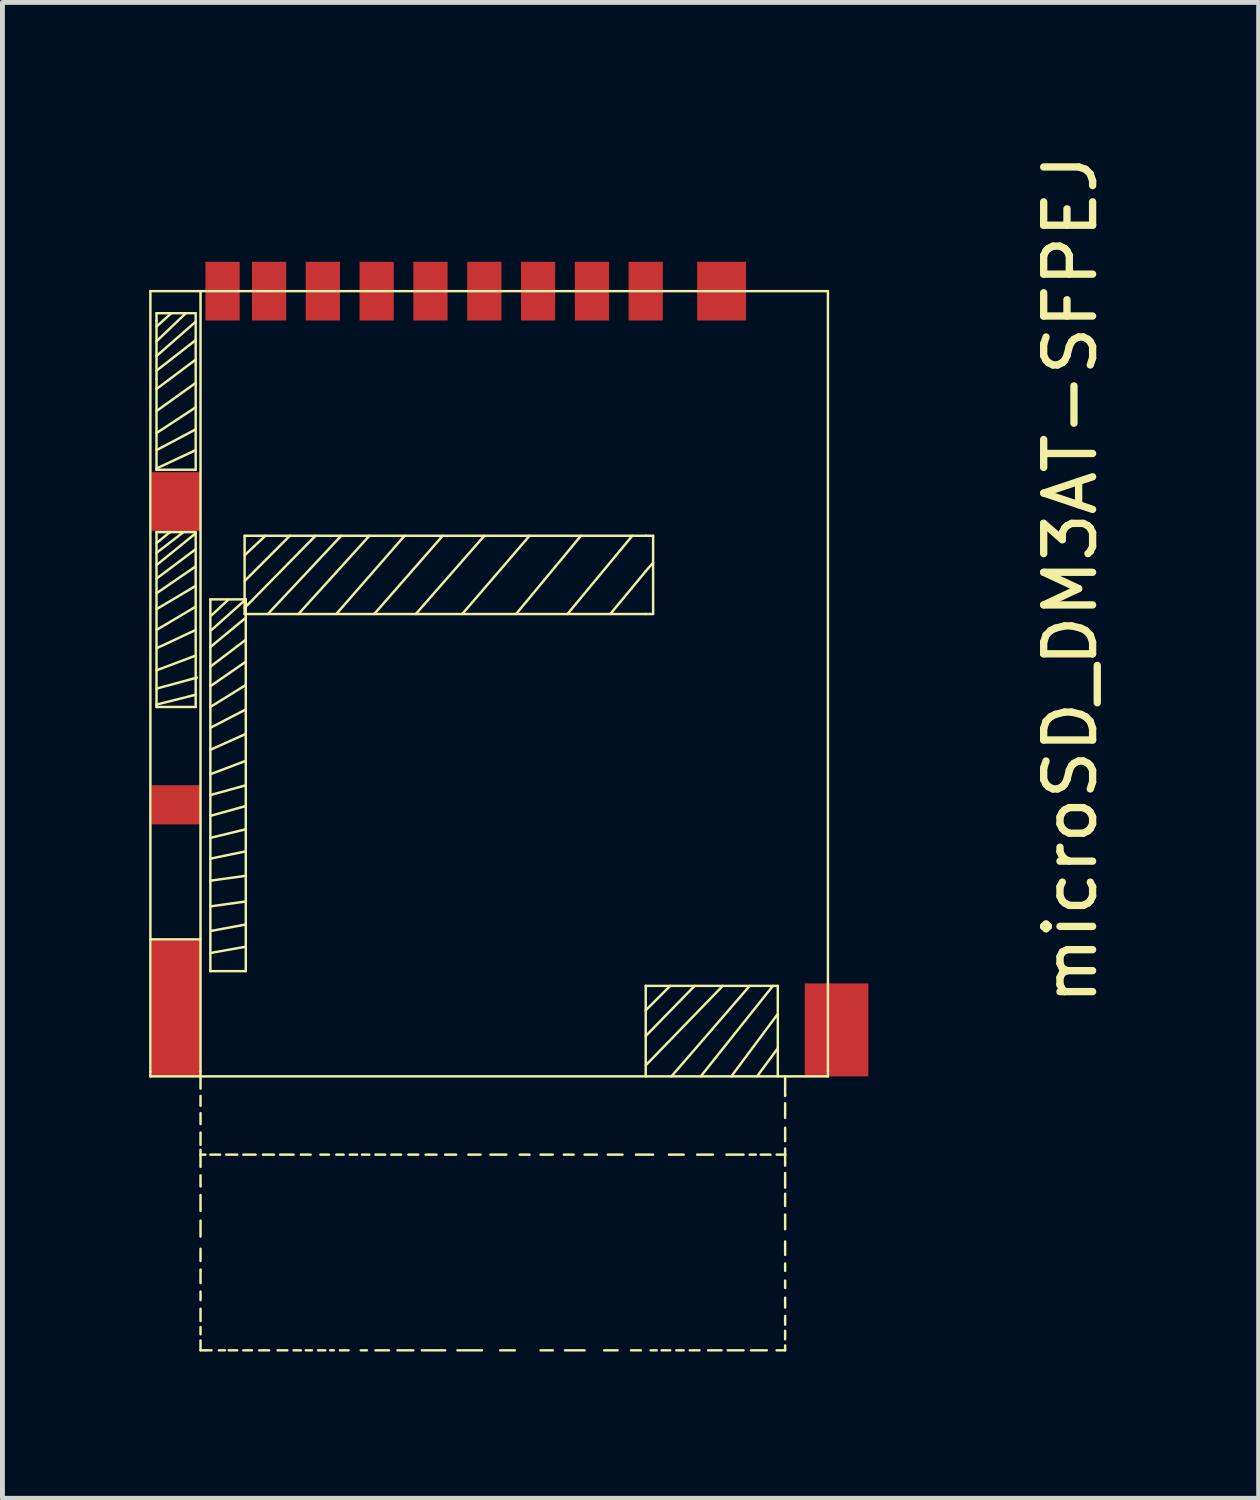
<source format=kicad_pcb>
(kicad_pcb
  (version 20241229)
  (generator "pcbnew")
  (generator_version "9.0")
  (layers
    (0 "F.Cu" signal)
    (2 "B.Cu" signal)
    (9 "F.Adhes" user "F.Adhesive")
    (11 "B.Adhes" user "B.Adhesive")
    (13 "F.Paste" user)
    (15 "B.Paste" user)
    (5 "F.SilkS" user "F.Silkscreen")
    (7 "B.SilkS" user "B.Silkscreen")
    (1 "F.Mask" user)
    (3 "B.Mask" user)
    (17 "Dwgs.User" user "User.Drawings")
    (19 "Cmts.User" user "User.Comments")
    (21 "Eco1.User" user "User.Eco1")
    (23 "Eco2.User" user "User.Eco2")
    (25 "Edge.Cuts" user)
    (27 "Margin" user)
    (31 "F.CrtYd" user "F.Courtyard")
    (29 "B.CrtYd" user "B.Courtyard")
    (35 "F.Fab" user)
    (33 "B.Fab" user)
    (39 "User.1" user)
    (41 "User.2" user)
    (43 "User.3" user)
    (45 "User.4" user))
  (footprint "microSD_DM3AT-SFPEJ"
    (layer "F.Cu")
    (at 1.494 2.886)
    (property "Reference" "microSD_DM3AT-SFPEJ" (at 17.335 5.905 90) (layer "F.SilkS") (effects (font (size 1 1) (thickness 0.15))))
    (attr through_hole)
    (fp_line (start -1.47 0.015) (end 12.38 0.015) (stroke (width 0.05) (type solid)) (layer "F.SilkS"))
    (fp_line (start -1.47 15.966) (end -1.47 0.015) (stroke (width 0.05) (type solid)) (layer "F.SilkS"))
    (fp_line (start -1.47 15.966) (end -1.47 16.066) (stroke (width 0.05) (type solid)) (layer "F.SilkS"))
    (fp_line (start -1.345 0.616) (end -1.345 0.466) (stroke (width 0.05) (type solid)) (layer "F.SilkS"))
    (fp_line (start -1.345 0.616) (end -1.345 1.815) (stroke (width 0.05) (type solid)) (layer "F.SilkS"))
    (fp_line (start -1.345 0.741) (end -1.044 0.466) (stroke (width 0.05) (type solid)) (layer "F.SilkS"))
    (fp_line (start -1.345 1.04) (end -0.745 0.466) (stroke (width 0.05) (type solid)) (layer "F.SilkS"))
    (fp_line (start -1.345 1.341) (end -0.544 0.64) (stroke (width 0.05) (type solid)) (layer "F.SilkS"))
    (fp_line (start -1.345 1.641) (end -0.544 1.016) (stroke (width 0.05) (type solid)) (layer "F.SilkS"))
    (fp_line (start -1.345 1.815) (end -1.345 3.666) (stroke (width 0.05) (type solid)) (layer "F.SilkS"))
    (fp_line (start -1.345 2.015) (end -0.544 1.415) (stroke (width 0.05) (type solid)) (layer "F.SilkS"))
    (fp_line (start -1.345 2.466) (end -0.544 1.891) (stroke (width 0.05) (type solid)) (layer "F.SilkS"))
    (fp_line (start -1.345 2.916) (end -0.544 2.39) (stroke (width 0.05) (type solid)) (layer "F.SilkS"))
    (fp_line (start -1.345 3.265) (end -0.544 2.841) (stroke (width 0.05) (type solid)) (layer "F.SilkS"))
    (fp_line (start -1.345 3.64) (end -0.544 3.265) (stroke (width 0.05) (type solid)) (layer "F.SilkS"))
    (fp_line (start -1.345 4.941) (end -1.345 8.515) (stroke (width 0.05) (type solid)) (layer "F.SilkS"))
    (fp_line (start -1.345 5.891) (end -0.544 5.29) (stroke (width 0.05) (type solid)) (layer "F.SilkS"))
    (fp_line (start -1.345 6.191) (end -0.544 5.641) (stroke (width 0.05) (type solid)) (layer "F.SilkS"))
    (fp_line (start -1.345 6.516) (end -0.544 6.04) (stroke (width 0.05) (type solid)) (layer "F.SilkS"))
    (fp_line (start -1.345 6.941) (end -0.544 6.465) (stroke (width 0.05) (type solid)) (layer "F.SilkS"))
    (fp_line (start -1.345 7.316) (end -0.544 6.941) (stroke (width 0.05) (type solid)) (layer "F.SilkS"))
    (fp_line (start -1.345 7.766) (end -0.544 7.465) (stroke (width 0.05) (type solid)) (layer "F.SilkS"))
    (fp_line (start -1.345 8.14) (end -0.519 7.915) (stroke (width 0.05) (type solid)) (layer "F.SilkS"))
    (fp_line (start -1.345 8.466) (end -0.544 8.265) (stroke (width 0.05) (type solid)) (layer "F.SilkS"))
    (fp_line (start -1.345 8.515) (end -0.544 8.515) (stroke (width 0.05) (type solid)) (layer "F.SilkS"))
    (fp_line (start -1.069 4.941) (end -1.345 5.165) (stroke (width 0.05) (type solid)) (layer "F.SilkS"))
    (fp_line (start -0.794 4.941) (end -1.345 5.365) (stroke (width 0.05) (type solid)) (layer "F.SilkS"))
    (fp_line (start -0.544 0.466) (end -1.345 0.466) (stroke (width 0.05) (type solid)) (layer "F.SilkS"))
    (fp_line (start -0.544 0.466) (end -0.544 3.666) (stroke (width 0.05) (type solid)) (layer "F.SilkS"))
    (fp_line (start -0.544 3.666) (end -1.345 3.666) (stroke (width 0.05) (type solid)) (layer "F.SilkS"))
    (fp_line (start -0.544 4.941) (end -1.345 4.941) (stroke (width 0.05) (type solid)) (layer "F.SilkS"))
    (fp_line (start -0.544 4.965) (end -1.345 5.615) (stroke (width 0.05) (type solid)) (layer "F.SilkS"))
    (fp_line (start -0.544 8.515) (end -0.544 4.941) (stroke (width 0.05) (type solid)) (layer "F.SilkS"))
    (fp_line (start -0.445 13.265) (end -1.47 13.265) (stroke (width 0.05) (type solid)) (layer "F.SilkS"))
    (fp_line (start -0.445 15.966) (end -0.445 0.015) (stroke (width 0.05) (type solid)) (layer "F.SilkS"))
    (fp_line (start -0.445 15.966) (end -0.445 16.066) (stroke (width 0.05) (type solid)) (layer "F.SilkS"))
    (fp_line (start -0.445 16.066) (end -0.445 16.316) (stroke (width 0.05) (type solid)) (layer "F.SilkS"))
    (fp_line (start -0.445 16.465) (end -0.445 16.666) (stroke (width 0.05) (type solid)) (layer "F.SilkS"))
    (fp_line (start -0.445 16.816) (end -0.445 17.041) (stroke (width 0.05) (type solid)) (layer "F.SilkS"))
    (fp_line (start -0.445 17.215) (end -0.445 17.465) (stroke (width 0.05) (type solid)) (layer "F.SilkS"))
    (fp_line (start -0.445 17.566) (end -0.445 17.666) (stroke (width 0.05) (type solid)) (layer "F.SilkS"))
    (fp_line (start -0.445 17.666) (end -0.344 17.666) (stroke (width 0.05) (type solid)) (layer "F.SilkS"))
    (fp_line (start -0.445 17.916) (end -0.445 17.691) (stroke (width 0.05) (type solid)) (layer "F.SilkS"))
    (fp_line (start -0.445 18.316) (end -0.445 18.09) (stroke (width 0.05) (type solid)) (layer "F.SilkS"))
    (fp_line (start -0.445 18.816) (end -0.445 18.491) (stroke (width 0.05) (type solid)) (layer "F.SilkS"))
    (fp_line (start -0.445 19.34) (end -0.445 19.015) (stroke (width 0.05) (type solid)) (layer "F.SilkS"))
    (fp_line (start -0.445 19.84) (end -0.445 19.59) (stroke (width 0.05) (type solid)) (layer "F.SilkS"))
    (fp_line (start -0.445 20.291) (end -0.445 20.015) (stroke (width 0.05) (type solid)) (layer "F.SilkS"))
    (fp_line (start -0.445 20.64) (end -0.445 20.465) (stroke (width 0.05) (type solid)) (layer "F.SilkS"))
    (fp_line (start -0.445 21.066) (end -0.445 20.816) (stroke (width 0.05) (type solid)) (layer "F.SilkS"))
    (fp_line (start -0.445 21.34) (end -0.445 21.191) (stroke (width 0.05) (type solid)) (layer "F.SilkS"))
    (fp_line (start -0.445 21.666) (end -0.445 21.465) (stroke (width 0.05) (type solid)) (layer "F.SilkS"))
    (fp_line (start -0.445 21.666) (end -0.344 21.666) (stroke (width 0.05) (type solid)) (layer "F.SilkS"))
    (fp_line (start -0.344 21.666) (end -0.22 21.666) (stroke (width 0.05) (type solid)) (layer "F.SilkS"))
    (fp_line (start -0.244 6.316) (end -0.244 13.915) (stroke (width 0.05) (type solid)) (layer "F.SilkS"))
    (fp_line (start -0.244 6.316) (end 0.48 6.316) (stroke (width 0.05) (type solid)) (layer "F.SilkS"))
    (fp_line (start -0.244 7.29) (end 0.48 6.691) (stroke (width 0.05) (type solid)) (layer "F.SilkS"))
    (fp_line (start -0.244 7.691) (end 0.48 7.141) (stroke (width 0.05) (type solid)) (layer "F.SilkS"))
    (fp_line (start -0.244 8.091) (end 0.48 7.59) (stroke (width 0.05) (type solid)) (layer "F.SilkS"))
    (fp_line (start -0.244 8.515) (end 0.48 8.066) (stroke (width 0.05) (type solid)) (layer "F.SilkS"))
    (fp_line (start -0.244 8.941) (end 0.48 8.566) (stroke (width 0.05) (type solid)) (layer "F.SilkS"))
    (fp_line (start -0.244 9.39) (end 0.48 9.066) (stroke (width 0.05) (type solid)) (layer "F.SilkS"))
    (fp_line (start -0.244 9.89) (end 0.48 9.616) (stroke (width 0.05) (type solid)) (layer "F.SilkS"))
    (fp_line (start -0.244 10.316) (end 0.48 10.116) (stroke (width 0.05) (type solid)) (layer "F.SilkS"))
    (fp_line (start -0.244 10.741) (end 0.48 10.54) (stroke (width 0.05) (type solid)) (layer "F.SilkS"))
    (fp_line (start -0.244 11.191) (end 0.48 11.015) (stroke (width 0.05) (type solid)) (layer "F.SilkS"))
    (fp_line (start -0.244 11.616) (end 0.48 11.466) (stroke (width 0.05) (type solid)) (layer "F.SilkS"))
    (fp_line (start -0.244 12.066) (end 0.48 11.966) (stroke (width 0.05) (type solid)) (layer "F.SilkS"))
    (fp_line (start -0.244 12.591) (end 0.48 12.491) (stroke (width 0.05) (type solid)) (layer "F.SilkS"))
    (fp_line (start -0.244 13.915) (end 0.48 13.915) (stroke (width 0.05) (type solid)) (layer "F.SilkS"))
    (fp_line (start -0.244 17.666) (end -0.044 17.666) (stroke (width 0.05) (type solid)) (layer "F.SilkS"))
    (fp_line (start -0.22 6.641) (end 0.131 6.316) (stroke (width 0.05) (type solid)) (layer "F.SilkS"))
    (fp_line (start -0.22 6.941) (end 0.48 6.316) (stroke (width 0.05) (type solid)) (layer "F.SilkS"))
    (fp_line (start -0.22 13.091) (end 0.456 12.966) (stroke (width 0.05) (type solid)) (layer "F.SilkS"))
    (fp_line (start -0.22 13.54) (end 0.48 13.415) (stroke (width 0.05) (type solid)) (layer "F.SilkS"))
    (fp_line (start -0.07 21.666) (end 0.056 21.666) (stroke (width 0.05) (type solid)) (layer "F.SilkS"))
    (fp_line (start 0.081 17.666) (end 0.305 17.666) (stroke (width 0.05) (type solid)) (layer "F.SilkS"))
    (fp_line (start 0.131 21.666) (end 0.305 21.666) (stroke (width 0.05) (type solid)) (layer "F.SilkS"))
    (fp_line (start 0.43 17.666) (end 0.68 17.666) (stroke (width 0.05) (type solid)) (layer "F.SilkS"))
    (fp_line (start 0.43 21.666) (end 0.606 21.666) (stroke (width 0.05) (type solid)) (layer "F.SilkS"))
    (fp_line (start 0.456 5.415) (end 0.88 5.016) (stroke (width 0.05) (type solid)) (layer "F.SilkS"))
    (fp_line (start 0.456 5.941) (end 1.381 5.016) (stroke (width 0.05) (type solid)) (layer "F.SilkS"))
    (fp_line (start 0.456 6.49) (end 1.905 5.016) (stroke (width 0.05) (type solid)) (layer "F.SilkS"))
    (fp_line (start 0.456 6.615) (end 0.456 5.016) (stroke (width 0.05) (type solid)) (layer "F.SilkS"))
    (fp_line (start 0.48 13.915) (end 0.48 6.316) (stroke (width 0.05) (type solid)) (layer "F.SilkS"))
    (fp_line (start 0.755 21.666) (end 0.956 21.666) (stroke (width 0.05) (type solid)) (layer "F.SilkS"))
    (fp_line (start 0.831 17.666) (end 1.056 17.666) (stroke (width 0.05) (type solid)) (layer "F.SilkS"))
    (fp_line (start 0.93 6.615) (end 2.43 5.016) (stroke (width 0.05) (type solid)) (layer "F.SilkS"))
    (fp_line (start 1.131 21.666) (end 1.331 21.666) (stroke (width 0.05) (type solid)) (layer "F.SilkS"))
    (fp_line (start 1.181 17.666) (end 1.456 17.666) (stroke (width 0.05) (type solid)) (layer "F.SilkS"))
    (fp_line (start 1.456 21.666) (end 1.605 21.666) (stroke (width 0.05) (type solid)) (layer "F.SilkS"))
    (fp_line (start 1.556 6.615) (end 3.006 5.016) (stroke (width 0.05) (type solid)) (layer "F.SilkS"))
    (fp_line (start 1.605 17.666) (end 1.806 17.666) (stroke (width 0.05) (type solid)) (layer "F.SilkS"))
    (fp_line (start 1.706 21.666) (end 1.831 21.666) (stroke (width 0.05) (type solid)) (layer "F.SilkS"))
    (fp_line (start 1.956 21.666) (end 2.106 21.666) (stroke (width 0.05) (type solid)) (layer "F.SilkS"))
    (fp_line (start 2.006 17.666) (end 2.18 17.666) (stroke (width 0.05) (type solid)) (layer "F.SilkS"))
    (fp_line (start 2.205 21.666) (end 2.28 21.666) (stroke (width 0.05) (type solid)) (layer "F.SilkS"))
    (fp_line (start 2.33 6.615) (end 3.705 5.04) (stroke (width 0.05) (type solid)) (layer "F.SilkS"))
    (fp_line (start 2.33 17.666) (end 2.481 17.666) (stroke (width 0.05) (type solid)) (layer "F.SilkS"))
    (fp_line (start 2.405 21.666) (end 2.58 21.666) (stroke (width 0.05) (type solid)) (layer "F.SilkS"))
    (fp_line (start 2.606 17.666) (end 2.756 17.666) (stroke (width 0.05) (type solid)) (layer "F.SilkS"))
    (fp_line (start 2.83 21.666) (end 2.955 21.666) (stroke (width 0.05) (type solid)) (layer "F.SilkS"))
    (fp_line (start 2.856 17.666) (end 3.006 17.666) (stroke (width 0.05) (type solid)) (layer "F.SilkS"))
    (fp_line (start 3.106 6.615) (end 4.505 5.016) (stroke (width 0.05) (type solid)) (layer "F.SilkS"))
    (fp_line (start 3.131 17.666) (end 3.33 17.666) (stroke (width 0.05) (type solid)) (layer "F.SilkS"))
    (fp_line (start 3.131 21.666) (end 3.405 21.666) (stroke (width 0.05) (type solid)) (layer "F.SilkS"))
    (fp_line (start 3.455 17.666) (end 3.655 17.666) (stroke (width 0.05) (type solid)) (layer "F.SilkS"))
    (fp_line (start 3.58 21.666) (end 3.905 21.666) (stroke (width 0.05) (type solid)) (layer "F.SilkS"))
    (fp_line (start 3.705 5.04) (end 3.731 5.016) (stroke (width 0.05) (type solid)) (layer "F.SilkS"))
    (fp_line (start 3.805 17.666) (end 4.005 17.666) (stroke (width 0.05) (type solid)) (layer "F.SilkS"))
    (fp_line (start 3.955 6.615) (end 5.356 5.016) (stroke (width 0.05) (type solid)) (layer "F.SilkS"))
    (fp_line (start 4.08 21.666) (end 4.556 21.666) (stroke (width 0.05) (type solid)) (layer "F.SilkS"))
    (fp_line (start 4.155 17.666) (end 4.38 17.666) (stroke (width 0.05) (type solid)) (layer "F.SilkS"))
    (fp_line (start 4.556 17.666) (end 4.78 17.666) (stroke (width 0.05) (type solid)) (layer "F.SilkS"))
    (fp_line (start 4.806 21.666) (end 5.306 21.666) (stroke (width 0.05) (type solid)) (layer "F.SilkS"))
    (fp_line (start 4.905 6.615) (end 6.28 5.016) (stroke (width 0.05) (type solid)) (layer "F.SilkS"))
    (fp_line (start 5.03 17.666) (end 5.28 17.666) (stroke (width 0.05) (type solid)) (layer "F.SilkS"))
    (fp_line (start 5.481 17.666) (end 5.806 17.666) (stroke (width 0.05) (type solid)) (layer "F.SilkS"))
    (fp_line (start 5.681 21.666) (end 5.981 21.666) (stroke (width 0.05) (type solid)) (layer "F.SilkS"))
    (fp_line (start 6.005 6.615) (end 7.33 5.016) (stroke (width 0.05) (type solid)) (layer "F.SilkS"))
    (fp_line (start 6.08 17.666) (end 6.28 17.666) (stroke (width 0.05) (type solid)) (layer "F.SilkS"))
    (fp_line (start 6.505 17.666) (end 6.755 17.666) (stroke (width 0.05) (type solid)) (layer "F.SilkS"))
    (fp_line (start 6.505 21.666) (end 6.755 21.666) (stroke (width 0.05) (type solid)) (layer "F.SilkS"))
    (fp_line (start 6.981 17.666) (end 7.181 17.666) (stroke (width 0.05) (type solid)) (layer "F.SilkS"))
    (fp_line (start 7.005 21.666) (end 7.405 21.666) (stroke (width 0.05) (type solid)) (layer "F.SilkS"))
    (fp_line (start 7.056 6.615) (end 8.38 5.016) (stroke (width 0.05) (type solid)) (layer "F.SilkS"))
    (fp_line (start 7.405 17.666) (end 7.655 17.666) (stroke (width 0.05) (type solid)) (layer "F.SilkS"))
    (fp_line (start 7.806 21.666) (end 8.081 21.666) (stroke (width 0.05) (type solid)) (layer "F.SilkS"))
    (fp_line (start 7.88 17.666) (end 8.181 17.666) (stroke (width 0.05) (type solid)) (layer "F.SilkS"))
    (fp_line (start 7.931 6.615) (end 8.655 5.74) (stroke (width 0.05) (type solid)) (layer "F.SilkS"))
    (fp_line (start 8.355 21.666) (end 8.556 21.666) (stroke (width 0.05) (type solid)) (layer "F.SilkS"))
    (fp_line (start 8.456 17.666) (end 8.806 17.666) (stroke (width 0.05) (type solid)) (layer "F.SilkS"))
    (fp_line (start 8.655 5.016) (end 0.456 5.016) (stroke (width 0.05) (type solid)) (layer "F.SilkS"))
    (fp_line (start 8.655 5.016) (end 8.806 5.016) (stroke (width 0.05) (type solid)) (layer "F.SilkS"))
    (fp_line (start 8.655 5.74) (end 8.806 5.566) (stroke (width 0.05) (type solid)) (layer "F.SilkS"))
    (fp_line (start 8.655 6.615) (end 0.456 6.615) (stroke (width 0.05) (type solid)) (layer "F.SilkS"))
    (fp_line (start 8.655 14.216) (end 8.655 16.066) (stroke (width 0.05) (type solid)) (layer "F.SilkS"))
    (fp_line (start 8.655 14.216) (end 11.355 14.216) (stroke (width 0.05) (type solid)) (layer "F.SilkS"))
    (fp_line (start 8.655 15.241) (end 9.655 14.216) (stroke (width 0.05) (type solid)) (layer "F.SilkS"))
    (fp_line (start 8.755 21.666) (end 8.88 21.666) (stroke (width 0.05) (type solid)) (layer "F.SilkS"))
    (fp_line (start 8.806 5.016) (end 8.806 6.615) (stroke (width 0.05) (type solid)) (layer "F.SilkS"))
    (fp_line (start 8.806 6.615) (end 8.655 6.615) (stroke (width 0.05) (type solid)) (layer "F.SilkS"))
    (fp_line (start 8.98 21.666) (end 9.155 21.666) (stroke (width 0.05) (type solid)) (layer "F.SilkS"))
    (fp_line (start 9.13 17.666) (end 9.431 17.666) (stroke (width 0.05) (type solid)) (layer "F.SilkS"))
    (fp_line (start 9.155 14.216) (end 8.655 14.716) (stroke (width 0.05) (type solid)) (layer "F.SilkS"))
    (fp_line (start 9.181 16.066) (end 10.78 14.216) (stroke (width 0.05) (type solid)) (layer "F.SilkS"))
    (fp_line (start 9.28 21.666) (end 9.431 21.666) (stroke (width 0.05) (type solid)) (layer "F.SilkS"))
    (fp_line (start 9.556 21.666) (end 9.755 21.666) (stroke (width 0.05) (type solid)) (layer "F.SilkS"))
    (fp_line (start 9.706 17.666) (end 10.03 17.666) (stroke (width 0.05) (type solid)) (layer "F.SilkS"))
    (fp_line (start 9.931 21.666) (end 10.206 21.666) (stroke (width 0.05) (type solid)) (layer "F.SilkS"))
    (fp_line (start 10.23 14.216) (end 8.655 15.841) (stroke (width 0.05) (type solid)) (layer "F.SilkS"))
    (fp_line (start 10.306 17.666) (end 10.655 17.666) (stroke (width 0.05) (type solid)) (layer "F.SilkS"))
    (fp_line (start 10.331 21.666) (end 10.655 21.666) (stroke (width 0.05) (type solid)) (layer "F.SilkS"))
    (fp_line (start 10.405 16.066) (end 11.355 14.79) (stroke (width 0.05) (type solid)) (layer "F.SilkS"))
    (fp_line (start 10.806 21.666) (end 11.13 21.666) (stroke (width 0.05) (type solid)) (layer "F.SilkS"))
    (fp_line (start 10.905 17.666) (end 10.78 17.666) (stroke (width 0.05) (type solid)) (layer "F.SilkS"))
    (fp_line (start 10.931 16.066) (end 11.355 15.491) (stroke (width 0.05) (type solid)) (layer "F.SilkS"))
    (fp_line (start 11.206 17.666) (end 11.005 17.666) (stroke (width 0.05) (type solid)) (layer "F.SilkS"))
    (fp_line (start 11.255 14.216) (end 9.78 16.066) (stroke (width 0.05) (type solid)) (layer "F.SilkS"))
    (fp_line (start 11.355 14.216) (end 11.355 16.066) (stroke (width 0.05) (type solid)) (layer "F.SilkS"))
    (fp_line (start 11.505 16.066) (end 11.505 16.441) (stroke (width 0.05) (type solid)) (layer "F.SilkS"))
    (fp_line (start 11.505 16.441) (end 11.505 16.465) (stroke (width 0.05) (type solid)) (layer "F.SilkS"))
    (fp_line (start 11.505 16.616) (end 11.505 16.916) (stroke (width 0.05) (type solid)) (layer "F.SilkS"))
    (fp_line (start 11.505 17.116) (end 11.505 17.39) (stroke (width 0.05) (type solid)) (layer "F.SilkS"))
    (fp_line (start 11.505 17.541) (end 11.505 17.666) (stroke (width 0.05) (type solid)) (layer "F.SilkS"))
    (fp_line (start 11.505 17.666) (end 11.331 17.666) (stroke (width 0.05) (type solid)) (layer "F.SilkS"))
    (fp_line (start 11.505 17.89) (end 11.505 17.666) (stroke (width 0.05) (type solid)) (layer "F.SilkS"))
    (fp_line (start 11.505 18.34) (end 11.505 18.041) (stroke (width 0.05) (type solid)) (layer "F.SilkS"))
    (fp_line (start 11.505 18.715) (end 11.505 18.465) (stroke (width 0.05) (type solid)) (layer "F.SilkS"))
    (fp_line (start 11.505 19.191) (end 11.505 18.89) (stroke (width 0.05) (type solid)) (layer "F.SilkS"))
    (fp_line (start 11.505 19.715) (end 11.505 19.441) (stroke (width 0.05) (type solid)) (layer "F.SilkS"))
    (fp_line (start 11.505 20.041) (end 11.505 19.89) (stroke (width 0.05) (type solid)) (layer "F.SilkS"))
    (fp_line (start 11.505 20.39) (end 11.505 20.241) (stroke (width 0.05) (type solid)) (layer "F.SilkS"))
    (fp_line (start 11.505 20.791) (end 11.505 20.59) (stroke (width 0.05) (type solid)) (layer "F.SilkS"))
    (fp_line (start 11.505 21.14) (end 11.505 20.965) (stroke (width 0.05) (type solid)) (layer "F.SilkS"))
    (fp_line (start 11.505 21.441) (end 11.505 21.265) (stroke (width 0.05) (type solid)) (layer "F.SilkS"))
    (fp_line (start 11.505 21.666) (end 11.331 21.666) (stroke (width 0.05) (type solid)) (layer "F.SilkS"))
    (fp_line (start 11.505 21.666) (end 11.505 21.566) (stroke (width 0.05) (type solid)) (layer "F.SilkS"))
    (fp_line (start 12.38 0.015) (end 12.38 15.966) (stroke (width 0.05) (type solid)) (layer "F.SilkS"))
    (fp_line (start 12.38 15.966) (end 12.38 16.066) (stroke (width 0.05) (type solid)) (layer "F.SilkS"))
    (fp_line (start 12.38 16.066) (end -1.47 16.066) (stroke (width 0.05) (type solid)) (layer "F.SilkS"))
    (pad "1" smd rect (at 7.556 0.015) (size 0.7 1.2) (layers "F.Cu" "F.Mask" "F.Paste"))
    (pad "2" smd rect (at 6.455 0.015) (size 0.7 1.2) (layers "F.Cu" "F.Mask" "F.Paste"))
    (pad "3" smd rect (at 10.206 0.015) (size 1 1.2) (layers "F.Cu" "F.Mask" "F.Paste"))
    (pad "4" smd rect (at 5.356 0.015) (size 0.7 1.2) (layers "F.Cu" "F.Mask" "F.Paste"))
    (pad "5" smd rect (at 4.255 0.015) (size 0.7 1.2) (layers "F.Cu" "F.Mask" "F.Paste"))
    (pad "6" smd rect (at -0.945 4.316) (size 1 1.2) (layers "F.Cu" "F.Mask" "F.Paste"))
    (pad "6" smd rect (at 3.155 0.015) (size 0.7 1.2) (layers "F.Cu" "F.Mask" "F.Paste"))
    (pad "7" smd rect (at 2.055 0.015) (size 0.7 1.2) (layers "F.Cu" "F.Mask" "F.Paste"))
    (pad "8" smd rect (at 0.956 0.015) (size 0.7 1.2) (layers "F.Cu" "F.Mask" "F.Paste"))
    (pad "9" smd rect (at 8.655 0.015) (size 0.7 1.2) (layers "F.Cu" "F.Mask" "F.Paste"))
    (pad "10" smd rect (at 0.005 0.015) (size 0.7 1.2) (layers "F.Cu" "F.Mask" "F.Paste"))
    (pad "11" smd rect (at -0.945 10.515) (size 1 0.8) (layers "F.Cu" "F.Mask" "F.Paste"))
    (pad "12" connect rect (at -0.945 14.665) (size 1 2.8) (layers "F.Cu" "F.Mask"))
    (pad "13" connect rect (at 12.556 15.116) (size 1.3 1.9) (layers "F.Cu" "F.Mask")))
  (gr_rect
    (start -3 -3)
    (end 22.678 27.577)
    (stroke (width 0.1) (type default))
    (fill no)
    (layer "Edge.Cuts")))
</source>
